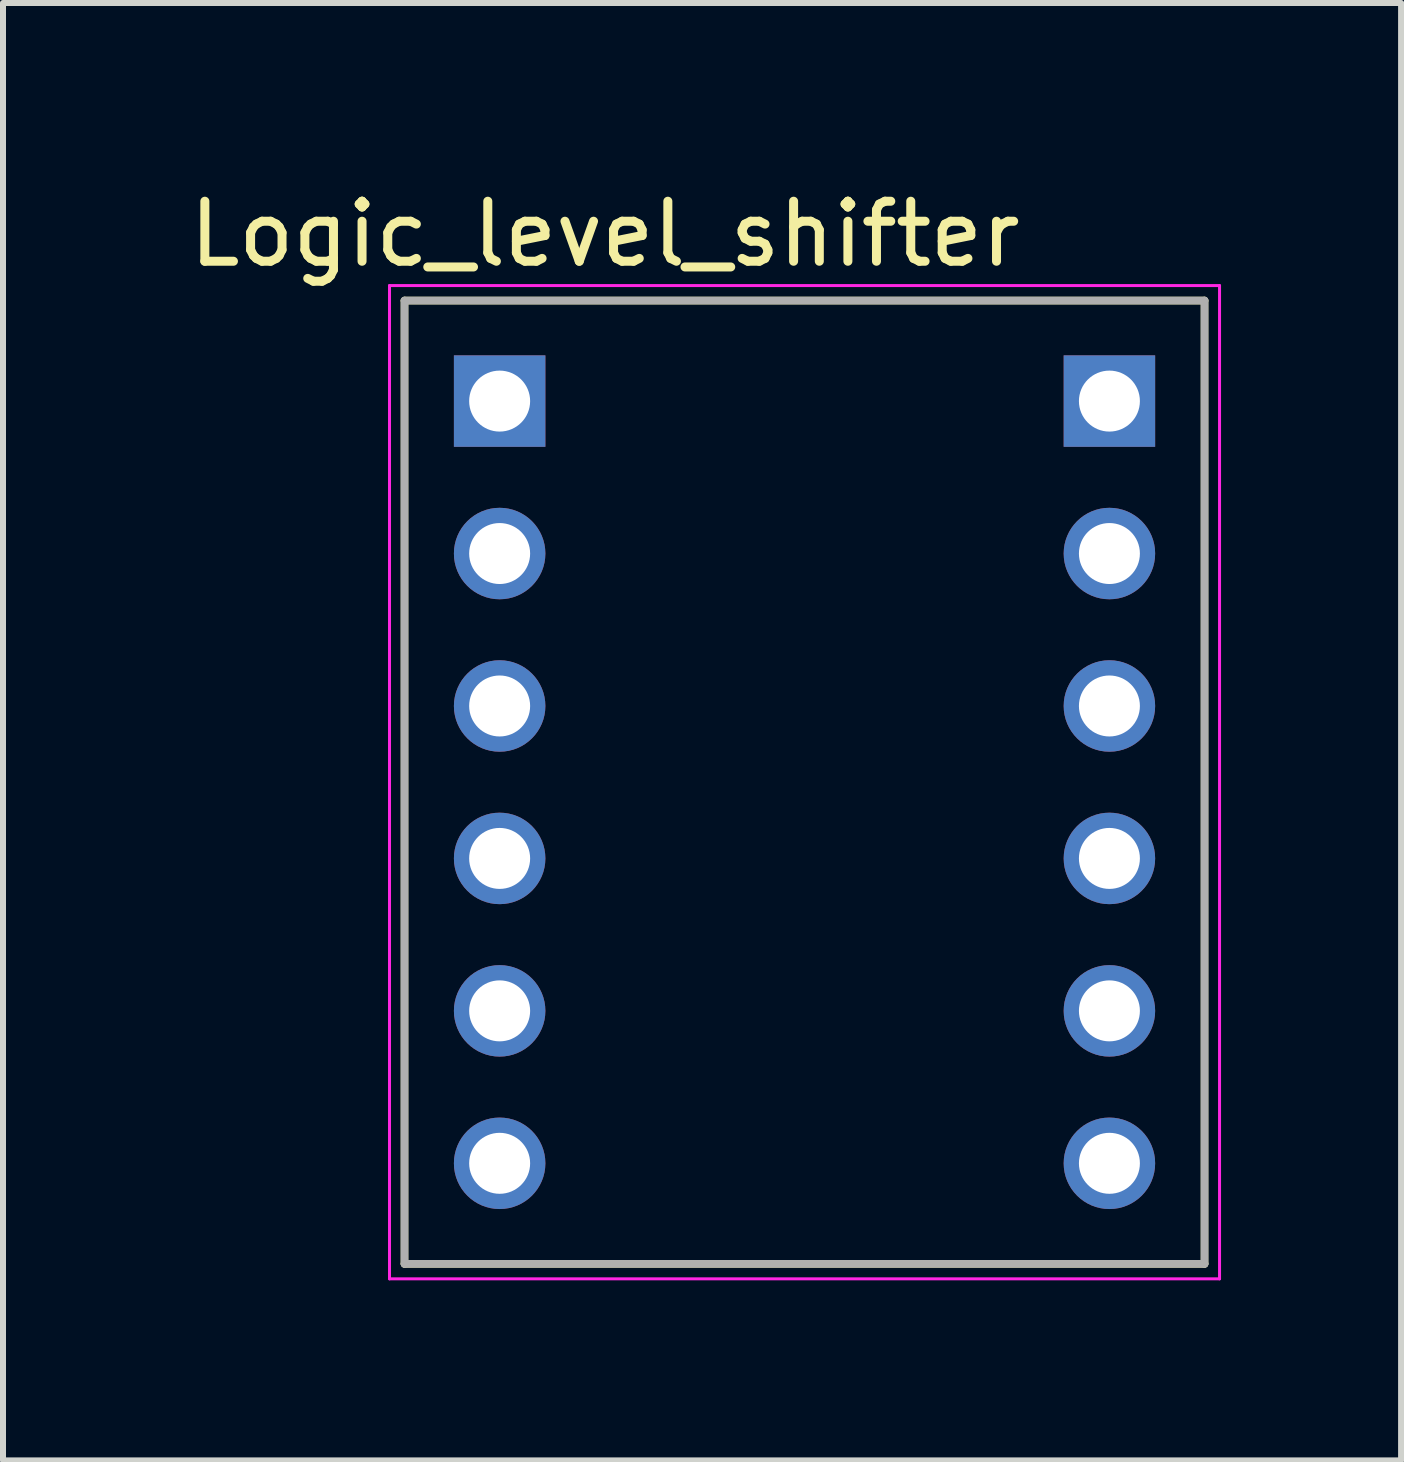
<source format=kicad_pcb>
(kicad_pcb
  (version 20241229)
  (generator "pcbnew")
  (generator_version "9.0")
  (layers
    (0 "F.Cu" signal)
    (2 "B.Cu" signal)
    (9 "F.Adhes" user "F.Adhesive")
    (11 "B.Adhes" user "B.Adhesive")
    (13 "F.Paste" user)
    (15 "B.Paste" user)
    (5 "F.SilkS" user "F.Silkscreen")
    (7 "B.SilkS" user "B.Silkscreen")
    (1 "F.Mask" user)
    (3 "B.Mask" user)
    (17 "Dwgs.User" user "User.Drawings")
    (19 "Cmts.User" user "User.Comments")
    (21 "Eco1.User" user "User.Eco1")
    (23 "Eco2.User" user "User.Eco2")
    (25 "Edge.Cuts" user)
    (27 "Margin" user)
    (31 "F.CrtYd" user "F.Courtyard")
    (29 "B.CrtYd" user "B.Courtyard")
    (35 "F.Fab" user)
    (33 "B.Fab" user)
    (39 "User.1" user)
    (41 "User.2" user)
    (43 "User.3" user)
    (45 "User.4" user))
  (footprint "Logic_level_shifter"
    (layer "F.Cu")
    (at 10.355 9.983)
    (property "Reference" "Logic_level_shifter" (at -3.325 -9.135 0) (layer "F.SilkS") (effects (font (size 1 1) (thickness 0.15))))
    (attr through_hole)
    (fp_line (start -6.665 -8.025) (end 6.665 -8.025) (stroke (width 0.127) (type solid)) (layer "F.SilkS"))
    (fp_line (start -6.665 8.025) (end -6.665 -8.025) (stroke (width 0.127) (type solid)) (layer "F.SilkS"))
    (fp_line (start 6.665 -8.025) (end 6.665 8.025) (stroke (width 0.127) (type solid)) (layer "F.SilkS"))
    (fp_line (start 6.665 8.025) (end -6.665 8.025) (stroke (width 0.127) (type solid)) (layer "F.SilkS"))
    (fp_line (start -6.915 -8.275) (end -6.915 8.275) (stroke (width 0.05) (type solid)) (layer "F.CrtYd"))
    (fp_line (start -6.915 8.275) (end 6.915 8.275) (stroke (width 0.05) (type solid)) (layer "F.CrtYd"))
    (fp_line (start 6.915 -8.275) (end -6.915 -8.275) (stroke (width 0.05) (type solid)) (layer "F.CrtYd"))
    (fp_line (start 6.915 8.275) (end 6.915 -8.275) (stroke (width 0.05) (type solid)) (layer "F.CrtYd"))
    (fp_line (start -6.665 -8.025) (end 6.665 -8.025) (stroke (width 0.127) (type solid)) (layer "F.Fab"))
    (fp_line (start -6.665 8.025) (end -6.665 -8.025) (stroke (width 0.127) (type solid)) (layer "F.Fab"))
    (fp_line (start 6.665 -8.025) (end 6.665 8.025) (stroke (width 0.127) (type solid)) (layer "F.Fab"))
    (fp_line (start 6.665 8.025) (end -6.665 8.025) (stroke (width 0.127) (type solid)) (layer "F.Fab"))
    (pad "GND_1" thru_hole circle (at 5.08 1.27) (size 1.524 1.524) (drill 1.016) (layers "*.Cu" "*.Mask"))
    (pad "GND_2" thru_hole circle (at -5.08 1.27) (size 1.524 1.524) (drill 1.016) (layers "*.Cu" "*.Mask"))
    (pad "HV" thru_hole circle (at 5.08 -1.27) (size 1.524 1.524) (drill 1.016) (layers "*.Cu" "*.Mask"))
    (pad "HV1" thru_hole rect (at 5.08 -6.35) (size 1.524 1.524) (drill 1.016) (layers "*.Cu" "*.Mask"))
    (pad "HV2" thru_hole circle (at 5.08 -3.81) (size 1.524 1.524) (drill 1.016) (layers "*.Cu" "*.Mask"))
    (pad "HV3" thru_hole circle (at 5.08 3.81) (size 1.524 1.524) (drill 1.016) (layers "*.Cu" "*.Mask"))
    (pad "HV4" thru_hole circle (at 5.08 6.35) (size 1.524 1.524) (drill 1.016) (layers "*.Cu" "*.Mask"))
    (pad "LV" thru_hole circle (at -5.08 -1.27) (size 1.524 1.524) (drill 1.016) (layers "*.Cu" "*.Mask"))
    (pad "LV1" thru_hole rect (at -5.08 -6.35) (size 1.524 1.524) (drill 1.016) (layers "*.Cu" "*.Mask"))
    (pad "LV2" thru_hole circle (at -5.08 -3.81) (size 1.524 1.524) (drill 1.016) (layers "*.Cu" "*.Mask"))
    (pad "LV3" thru_hole circle (at -5.08 3.81) (size 1.524 1.524) (drill 1.016) (layers "*.Cu" "*.Mask"))
    (pad "LV4" thru_hole circle (at -5.08 6.35) (size 1.524 1.524) (drill 1.016) (layers "*.Cu" "*.Mask")))
  (gr_rect
    (start -3 -3)
    (end 20.295 21.283)
    (stroke (width 0.1) (type default))
    (fill no)
    (layer "Edge.Cuts")))
</source>
